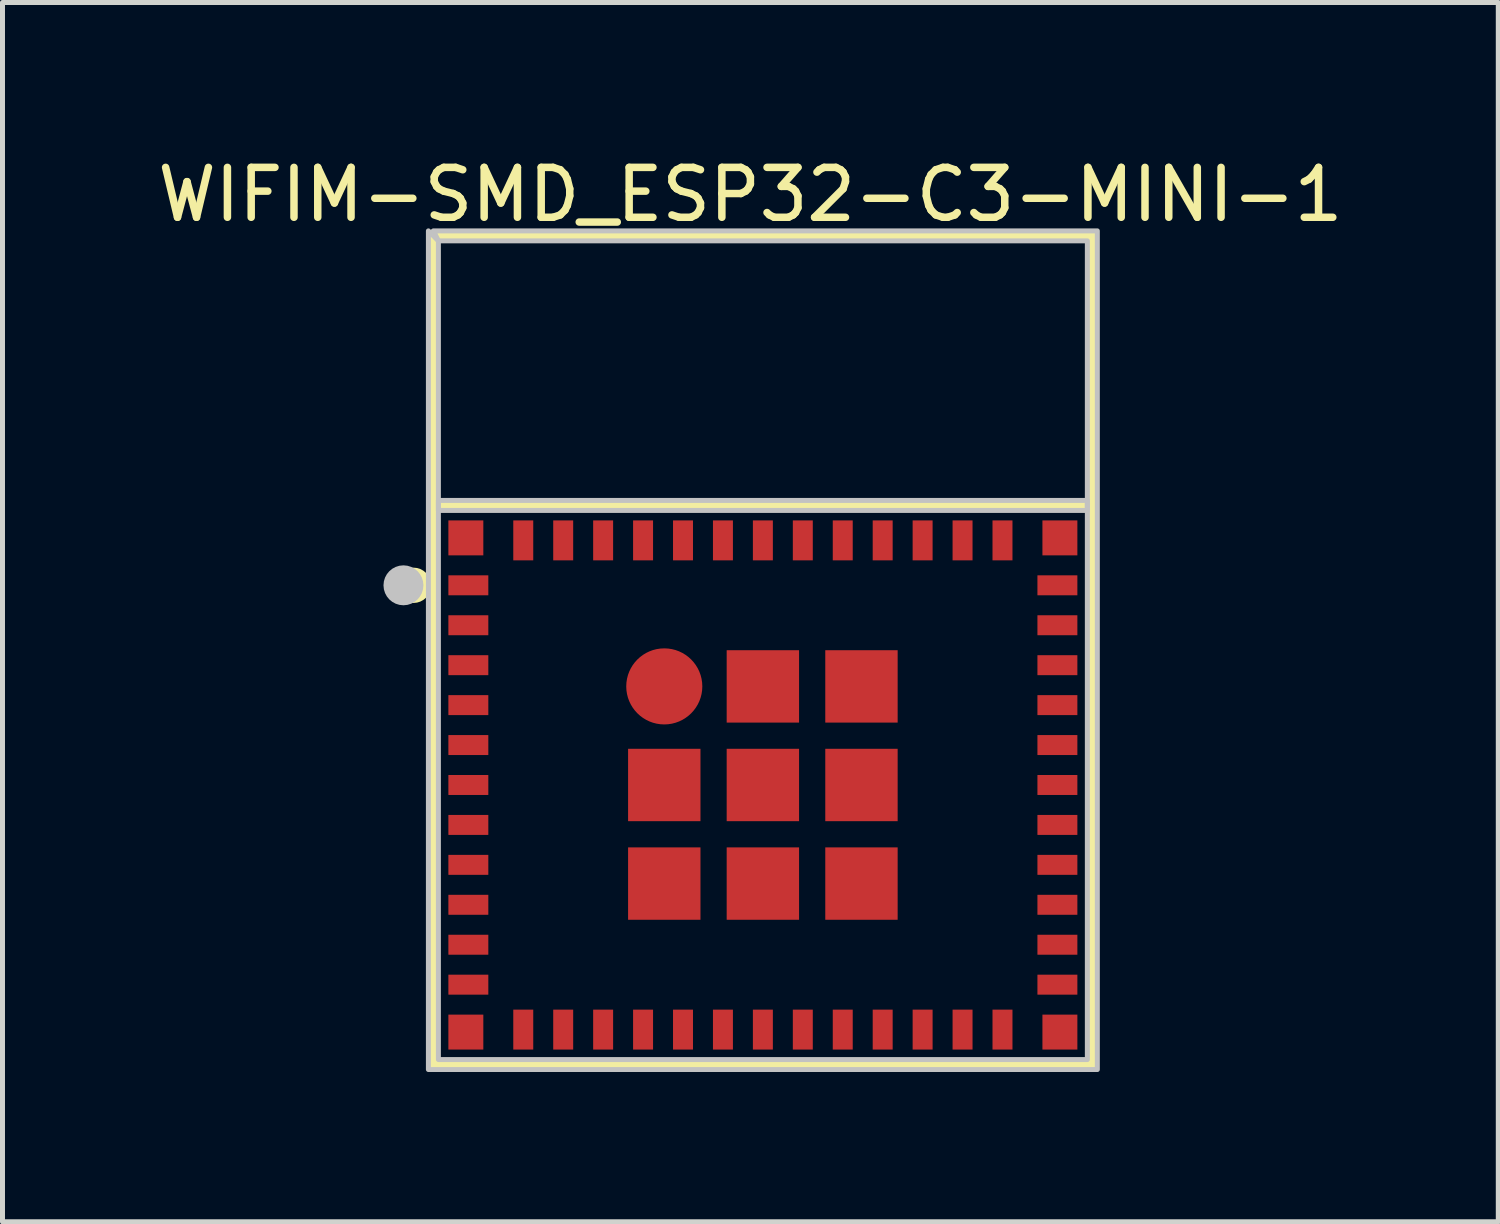
<source format=kicad_pcb>
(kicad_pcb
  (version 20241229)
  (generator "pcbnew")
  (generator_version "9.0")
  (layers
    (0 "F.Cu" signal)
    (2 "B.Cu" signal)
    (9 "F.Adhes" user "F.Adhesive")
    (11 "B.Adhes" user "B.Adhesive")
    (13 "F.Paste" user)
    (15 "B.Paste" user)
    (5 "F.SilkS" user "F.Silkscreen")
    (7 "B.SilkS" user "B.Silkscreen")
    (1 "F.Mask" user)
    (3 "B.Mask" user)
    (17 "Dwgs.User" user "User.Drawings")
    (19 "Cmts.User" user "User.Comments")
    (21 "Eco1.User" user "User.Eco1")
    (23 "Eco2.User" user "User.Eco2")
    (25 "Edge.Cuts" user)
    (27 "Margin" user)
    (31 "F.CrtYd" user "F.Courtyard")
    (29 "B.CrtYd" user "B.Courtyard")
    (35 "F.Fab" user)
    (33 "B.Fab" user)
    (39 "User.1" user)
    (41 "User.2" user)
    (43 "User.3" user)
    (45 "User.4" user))
  (footprint "WIFIM-SMD_ESP32-C3-MINI-1"
    (layer "F.Cu")
    (at 12.232 12.675)
    (property "Reference" "WIFIM-SMD_ESP32-C3-MINI-1" (at -0.25 -11.827 0) (layer "F.SilkS") (effects (font (size 1 1) (thickness 0.15))))
    (fp_line (start -6.6 -11) (end 6.6 -11) (stroke (width 0.254) (type default)) (layer "F.SilkS"))
    (fp_line (start -6.6 5.6) (end -6.6 -11) (stroke (width 0.254) (type default)) (layer "F.SilkS"))
    (fp_line (start -6.6 5.6) (end 6.6 5.6) (stroke (width 0.254) (type default)) (layer "F.SilkS"))
    (fp_line (start 6.6 -5.6) (end -6.6 -5.6) (stroke (width 0.254) (type default)) (layer "F.SilkS"))
    (fp_line (start 6.6 5.6) (end 6.6 -11) (stroke (width 0.254) (type default)) (layer "F.SilkS"))
    (fp_circle (center -7 -4) (end -6.9 -4) (stroke (width 0.254) (type default)) (fill no) (layer "F.SilkS"))
    (fp_circle (center -7.2 -4) (end -7 -4) (stroke (width 0.4) (type default)) (fill no) (layer "Dwgs.User"))
    (fp_poly (pts (xy -6.5 -10.9) (xy 6.5 -10.9) (xy 6.5 5.5) (xy -6.5 5.5)) (stroke (width 0.1) (type default)) (fill no) (layer "Dwgs.User"))
    (fp_poly (pts (xy -6.5 -5.7) (xy -6.5 -5.5) (xy 6.5 -5.5) (xy 6.5 -5.7)) (stroke (width 0.1) (type default)) (fill no) (layer "Dwgs.User"))
    (fp_poly (pts (xy -6.7 -11.1) (xy -6.7 5.7) (xy 6.7 5.7) (xy 6.7 -11.1) (xy -6.6 -11.1) (xy -6.5 -10.9)) (stroke (width 0.1) (type default)) (fill no) (layer "Dwgs.User"))
    (fp_poly (pts (xy -6.3 -5.3) (xy -5.6 -5.3) (xy -5.6 -4.6) (xy -6.3 -4.6)) (stroke (width 0.1) (type default)) (fill no) (layer "User.1"))
    (fp_poly (pts (xy -6.3 -3.8) (xy -6.3 -4.2) (xy -5.5 -4.2) (xy -5.5 -3.8)) (stroke (width 0.1) (type default)) (fill no) (layer "User.1"))
    (fp_poly (pts (xy -6.3 -3) (xy -6.3 -3.4) (xy -5.5 -3.4) (xy -5.5 -3)) (stroke (width 0.1) (type default)) (fill no) (layer "User.1"))
    (fp_poly (pts (xy -6.3 -2.2) (xy -6.3 -2.6) (xy -5.5 -2.6) (xy -5.5 -2.2)) (stroke (width 0.1) (type default)) (fill no) (layer "User.1"))
    (fp_poly (pts (xy -6.3 -1.4) (xy -6.3 -1.8) (xy -5.5 -1.8) (xy -5.5 -1.4)) (stroke (width 0.1) (type default)) (fill no) (layer "User.1"))
    (fp_poly (pts (xy -6.3 -0.6) (xy -6.3 -1) (xy -5.5 -1) (xy -5.5 -0.6)) (stroke (width 0.1) (type default)) (fill no) (layer "User.1"))
    (fp_poly (pts (xy -6.3 0.2) (xy -6.3 -0.2) (xy -5.5 -0.2) (xy -5.5 0.2)) (stroke (width 0.1) (type default)) (fill no) (layer "User.1"))
    (fp_poly (pts (xy -6.3 1) (xy -6.3 0.6) (xy -5.5 0.6) (xy -5.5 1)) (stroke (width 0.1) (type default)) (fill no) (layer "User.1"))
    (fp_poly (pts (xy -6.3 1.8) (xy -6.3 1.4) (xy -5.5 1.4) (xy -5.5 1.8)) (stroke (width 0.1) (type default)) (fill no) (layer "User.1"))
    (fp_poly (pts (xy -6.3 2.6) (xy -6.3 2.2) (xy -5.5 2.2) (xy -5.5 2.6)) (stroke (width 0.1) (type default)) (fill no) (layer "User.1"))
    (fp_poly (pts (xy -6.3 3.4) (xy -6.3 3) (xy -5.5 3) (xy -5.5 3.4)) (stroke (width 0.1) (type default)) (fill no) (layer "User.1"))
    (fp_poly (pts (xy -6.3 4.2) (xy -6.3 3.8) (xy -5.5 3.8) (xy -5.5 4.2)) (stroke (width 0.1) (type default)) (fill no) (layer "User.1"))
    (fp_poly (pts (xy -6.3 4.6) (xy -5.6 4.6) (xy -5.6 5.3) (xy -6.3 5.3)) (stroke (width 0.1) (type default)) (fill no) (layer "User.1"))
    (fp_poly (pts (xy -5 -5.3) (xy -4.6 -5.3) (xy -4.6 -4.5) (xy -5 -4.5)) (stroke (width 0.1) (type default)) (fill no) (layer "User.1"))
    (fp_poly (pts (xy -4.6 5.3) (xy -5 5.3) (xy -5 4.5) (xy -4.6 4.5)) (stroke (width 0.1) (type default)) (fill no) (layer "User.1"))
    (fp_poly (pts (xy -4.2 -5.3) (xy -3.8 -5.3) (xy -3.8 -4.5) (xy -4.2 -4.5)) (stroke (width 0.1) (type default)) (fill no) (layer "User.1"))
    (fp_poly (pts (xy -3.8 5.3) (xy -4.2 5.3) (xy -4.2 4.5) (xy -3.8 4.5)) (stroke (width 0.1) (type default)) (fill no) (layer "User.1"))
    (fp_poly (pts (xy -3.4 -5.3) (xy -3 -5.3) (xy -3 -4.5) (xy -3.4 -4.5)) (stroke (width 0.1) (type default)) (fill no) (layer "User.1"))
    (fp_poly (pts (xy -3 5.3) (xy -3.4 5.3) (xy -3.4 4.5) (xy -3 4.5)) (stroke (width 0.1) (type default)) (fill no) (layer "User.1"))
    (fp_poly (pts (xy -2.7 -0.725) (xy -1.25 -0.725) (xy -1.25 0.725) (xy -2.7 0.725)) (stroke (width 0.1) (type default)) (fill no) (layer "User.1"))
    (fp_poly (pts (xy -2.7 1.25) (xy -1.25 1.25) (xy -1.25 2.7) (xy -2.7 2.7)) (stroke (width 0.1) (type default)) (fill no) (layer "User.1"))
    (fp_poly (pts (xy -2.6 -5.3) (xy -2.2 -5.3) (xy -2.2 -4.5) (xy -2.6 -4.5)) (stroke (width 0.1) (type default)) (fill no) (layer "User.1"))
    (fp_poly (pts (xy -2.2 5.3) (xy -2.6 5.3) (xy -2.6 4.5) (xy -2.2 4.5)) (stroke (width 0.1) (type default)) (fill no) (layer "User.1"))
    (fp_poly (pts (xy -1.8 -5.3) (xy -1.4 -5.3) (xy -1.4 -4.5) (xy -1.8 -4.5)) (stroke (width 0.1) (type default)) (fill no) (layer "User.1"))
    (fp_poly (pts (xy -1.4 5.3) (xy -1.8 5.3) (xy -1.8 4.5) (xy -1.4 4.5)) (stroke (width 0.1) (type default)) (fill no) (layer "User.1"))
    (fp_poly (pts (xy -1 -5.3) (xy -0.6 -5.3) (xy -0.6 -4.5) (xy -1 -4.5)) (stroke (width 0.1) (type default)) (fill no) (layer "User.1"))
    (fp_poly (pts (xy -0.725 -2.7) (xy 0.725 -2.7) (xy 0.725 -1.25) (xy -0.725 -1.25)) (stroke (width 0.1) (type default)) (fill no) (layer "User.1"))
    (fp_poly (pts (xy -0.725 -0.725) (xy 0.725 -0.725) (xy 0.725 0.725) (xy -0.725 0.725)) (stroke (width 0.1) (type default)) (fill no) (layer "User.1"))
    (fp_poly (pts (xy -0.725 1.25) (xy 0.725 1.25) (xy 0.725 2.7) (xy -0.725 2.7)) (stroke (width 0.1) (type default)) (fill no) (layer "User.1"))
    (fp_poly (pts (xy -0.6 5.3) (xy -1 5.3) (xy -1 4.5) (xy -0.6 4.5)) (stroke (width 0.1) (type default)) (fill no) (layer "User.1"))
    (fp_poly (pts (xy -0.2 -5.3) (xy 0.2 -5.3) (xy 0.2 -4.5) (xy -0.2 -4.5)) (stroke (width 0.1) (type default)) (fill no) (layer "User.1"))
    (fp_poly (pts (xy 0.2 5.3) (xy -0.2 5.3) (xy -0.2 4.5) (xy 0.2 4.5)) (stroke (width 0.1) (type default)) (fill no) (layer "User.1"))
    (fp_poly (pts (xy 0.6 -5.3) (xy 1 -5.3) (xy 1 -4.5) (xy 0.6 -4.5)) (stroke (width 0.1) (type default)) (fill no) (layer "User.1"))
    (fp_poly (pts (xy 1 5.3) (xy 0.6 5.3) (xy 0.6 4.5) (xy 1 4.5)) (stroke (width 0.1) (type default)) (fill no) (layer "User.1"))
    (fp_poly (pts (xy 1.25 -2.7) (xy 2.7 -2.7) (xy 2.7 -1.25) (xy 1.25 -1.25)) (stroke (width 0.1) (type default)) (fill no) (layer "User.1"))
    (fp_poly (pts (xy 1.25 -0.725) (xy 2.7 -0.725) (xy 2.7 0.725) (xy 1.25 0.725)) (stroke (width 0.1) (type default)) (fill no) (layer "User.1"))
    (fp_poly (pts (xy 1.25 1.25) (xy 2.7 1.25) (xy 2.7 2.7) (xy 1.25 2.7)) (stroke (width 0.1) (type default)) (fill no) (layer "User.1"))
    (fp_poly (pts (xy 1.4 -5.3) (xy 1.8 -5.3) (xy 1.8 -4.5) (xy 1.4 -4.5)) (stroke (width 0.1) (type default)) (fill no) (layer "User.1"))
    (fp_poly (pts (xy 1.8 5.3) (xy 1.4 5.3) (xy 1.4 4.5) (xy 1.8 4.5)) (stroke (width 0.1) (type default)) (fill no) (layer "User.1"))
    (fp_poly (pts (xy 2.2 -5.3) (xy 2.6 -5.3) (xy 2.6 -4.5) (xy 2.2 -4.5)) (stroke (width 0.1) (type default)) (fill no) (layer "User.1"))
    (fp_poly (pts (xy 2.6 5.3) (xy 2.2 5.3) (xy 2.2 4.5) (xy 2.6 4.5)) (stroke (width 0.1) (type default)) (fill no) (layer "User.1"))
    (fp_poly (pts (xy 3 -5.3) (xy 3.4 -5.3) (xy 3.4 -4.5) (xy 3 -4.5)) (stroke (width 0.1) (type default)) (fill no) (layer "User.1"))
    (fp_poly (pts (xy 3.4 5.3) (xy 3 5.3) (xy 3 4.5) (xy 3.4 4.5)) (stroke (width 0.1) (type default)) (fill no) (layer "User.1"))
    (fp_poly (pts (xy 3.8 -5.3) (xy 4.2 -5.3) (xy 4.2 -4.5) (xy 3.8 -4.5)) (stroke (width 0.1) (type default)) (fill no) (layer "User.1"))
    (fp_poly (pts (xy 4.2 5.3) (xy 3.8 5.3) (xy 3.8 4.5) (xy 4.2 4.5)) (stroke (width 0.1) (type default)) (fill no) (layer "User.1"))
    (fp_poly (pts (xy 4.6 -5.3) (xy 5 -5.3) (xy 5 -4.5) (xy 4.6 -4.5)) (stroke (width 0.1) (type default)) (fill no) (layer "User.1"))
    (fp_poly (pts (xy 5 5.3) (xy 4.6 5.3) (xy 4.6 4.5) (xy 5 4.5)) (stroke (width 0.1) (type default)) (fill no) (layer "User.1"))
    (fp_poly (pts (xy 5.6 -5.3) (xy 6.3 -5.3) (xy 6.3 -4.6) (xy 5.6 -4.6)) (stroke (width 0.1) (type default)) (fill no) (layer "User.1"))
    (fp_poly (pts (xy 5.6 4.6) (xy 6.3 4.6) (xy 6.3 5.3) (xy 5.6 5.3)) (stroke (width 0.1) (type default)) (fill no) (layer "User.1"))
    (fp_poly (pts (xy 6.3 -4.2) (xy 6.3 -3.8) (xy 5.5 -3.8) (xy 5.5 -4.2)) (stroke (width 0.1) (type default)) (fill no) (layer "User.1"))
    (fp_poly (pts (xy 6.3 -3.4) (xy 6.3 -3) (xy 5.5 -3) (xy 5.5 -3.4)) (stroke (width 0.1) (type default)) (fill no) (layer "User.1"))
    (fp_poly (pts (xy 6.3 -2.6) (xy 6.3 -2.2) (xy 5.5 -2.2) (xy 5.5 -2.6)) (stroke (width 0.1) (type default)) (fill no) (layer "User.1"))
    (fp_poly (pts (xy 6.3 -1.8) (xy 6.3 -1.4) (xy 5.5 -1.4) (xy 5.5 -1.8)) (stroke (width 0.1) (type default)) (fill no) (layer "User.1"))
    (fp_poly (pts (xy 6.3 -1) (xy 6.3 -0.6) (xy 5.5 -0.6) (xy 5.5 -1)) (stroke (width 0.1) (type default)) (fill no) (layer "User.1"))
    (fp_poly (pts (xy 6.3 -0.2) (xy 6.3 0.2) (xy 5.5 0.2) (xy 5.5 -0.2)) (stroke (width 0.1) (type default)) (fill no) (layer "User.1"))
    (fp_poly (pts (xy 6.3 0.6) (xy 6.3 1) (xy 5.5 1) (xy 5.5 0.6)) (stroke (width 0.1) (type default)) (fill no) (layer "User.1"))
    (fp_poly (pts (xy 6.3 1.4) (xy 6.3 1.8) (xy 5.5 1.8) (xy 5.5 1.4)) (stroke (width 0.1) (type default)) (fill no) (layer "User.1"))
    (fp_poly (pts (xy 6.3 2.2) (xy 6.3 2.6) (xy 5.5 2.6) (xy 5.5 2.2)) (stroke (width 0.1) (type default)) (fill no) (layer "User.1"))
    (fp_poly (pts (xy 6.3 3) (xy 6.3 3.4) (xy 5.5 3.4) (xy 5.5 3)) (stroke (width 0.1) (type default)) (fill no) (layer "User.1"))
    (fp_poly (pts (xy 6.3 3.8) (xy 6.3 4.2) (xy 5.5 4.2) (xy 5.5 3.8)) (stroke (width 0.1) (type default)) (fill no) (layer "User.1"))
    (fp_poly (pts (xy -2.7 -2.1) (xy -2.1 -2.7) (xy -1.25 -2.7) (xy -1.25 -1.25) (xy -2.7 -1.25)) (stroke (width 0.1) (type default)) (fill no) (layer "User.1"))
    (fp_line (start -6.6 -11) (end 6.6 -11) (stroke (width 0.051) (type default)) (layer "User.2"))
    (fp_line (start -6.6 5.6) (end -6.6 -11) (stroke (width 0.051) (type default)) (layer "User.2"))
    (fp_line (start 6.6 -11) (end 6.6 5.6) (stroke (width 0.051) (type default)) (layer "User.2"))
    (fp_line (start 6.6 5.6) (end -6.6 5.6) (stroke (width 0.051) (type default)) (layer "User.2"))
    (fp_poly (pts (xy -6.545 -11.023) (xy -6.577 -11.055) (xy -6.623 -11.055) (xy -6.655 -11.023) (xy -6.655 -10.977) (xy -6.623 -10.945) (xy -6.577 -10.945) (xy -6.545 -10.977)) (stroke (width 0.1) (type default)) (fill no) (layer "User.3"))
    (pad "1" smd rect (at -5.9 -4 90) (size 0.4 0.8) (layers "F.Cu" "F.Mask" "F.Paste"))
    (pad "2" smd rect (at -5.9 -3.2 90) (size 0.4 0.8) (layers "F.Cu" "F.Mask" "F.Paste"))
    (pad "3" smd rect (at -5.9 -2.4 90) (size 0.4 0.8) (layers "F.Cu" "F.Mask" "F.Paste"))
    (pad "4" smd rect (at -5.9 -1.6 90) (size 0.4 0.8) (layers "F.Cu" "F.Mask" "F.Paste"))
    (pad "5" smd rect (at -5.9 -0.8 90) (size 0.4 0.8) (layers "F.Cu" "F.Mask" "F.Paste"))
    (pad "6" smd rect (at -5.9 0 90) (size 0.4 0.8) (layers "F.Cu" "F.Mask" "F.Paste"))
    (pad "7" smd rect (at -5.9 0.8 90) (size 0.4 0.8) (layers "F.Cu" "F.Mask" "F.Paste"))
    (pad "8" smd rect (at -5.9 1.6 90) (size 0.4 0.8) (layers "F.Cu" "F.Mask" "F.Paste"))
    (pad "9" smd rect (at -5.9 2.4 90) (size 0.4 0.8) (layers "F.Cu" "F.Mask" "F.Paste"))
    (pad "10" smd rect (at -5.9 3.2 90) (size 0.4 0.8) (layers "F.Cu" "F.Mask" "F.Paste"))
    (pad "11" smd rect (at -5.9 4 90) (size 0.4 0.8) (layers "F.Cu" "F.Mask" "F.Paste"))
    (pad "12" smd rect (at -4.8 4.9 180) (size 0.4 0.8) (layers "F.Cu" "F.Mask" "F.Paste"))
    (pad "13" smd rect (at -4 4.9 180) (size 0.4 0.8) (layers "F.Cu" "F.Mask" "F.Paste"))
    (pad "14" smd rect (at -3.2 4.9 180) (size 0.4 0.8) (layers "F.Cu" "F.Mask" "F.Paste"))
    (pad "15" smd rect (at -2.4 4.9 180) (size 0.4 0.8) (layers "F.Cu" "F.Mask" "F.Paste"))
    (pad "16" smd rect (at -1.6 4.9 180) (size 0.4 0.8) (layers "F.Cu" "F.Mask" "F.Paste"))
    (pad "17" smd rect (at -0.8 4.9 180) (size 0.4 0.8) (layers "F.Cu" "F.Mask" "F.Paste"))
    (pad "18" smd rect (at 0 4.9 180) (size 0.4 0.8) (layers "F.Cu" "F.Mask" "F.Paste"))
    (pad "19" smd rect (at 0.8 4.9 180) (size 0.4 0.8) (layers "F.Cu" "F.Mask" "F.Paste"))
    (pad "20" smd rect (at 1.6 4.9 180) (size 0.4 0.8) (layers "F.Cu" "F.Mask" "F.Paste"))
    (pad "21" smd rect (at 2.4 4.9 180) (size 0.4 0.8) (layers "F.Cu" "F.Mask" "F.Paste"))
    (pad "22" smd rect (at 3.2 4.9 180) (size 0.4 0.8) (layers "F.Cu" "F.Mask" "F.Paste"))
    (pad "23" smd rect (at 4 4.9 180) (size 0.4 0.8) (layers "F.Cu" "F.Mask" "F.Paste"))
    (pad "24" smd rect (at 4.8 4.9 180) (size 0.4 0.8) (layers "F.Cu" "F.Mask" "F.Paste"))
    (pad "25" smd rect (at 5.9 4 270) (size 0.4 0.8) (layers "F.Cu" "F.Mask" "F.Paste"))
    (pad "26" smd rect (at 5.9 3.2 270) (size 0.4 0.8) (layers "F.Cu" "F.Mask" "F.Paste"))
    (pad "27" smd rect (at 5.9 2.4 270) (size 0.4 0.8) (layers "F.Cu" "F.Mask" "F.Paste"))
    (pad "28" smd rect (at 5.9 1.6 270) (size 0.4 0.8) (layers "F.Cu" "F.Mask" "F.Paste"))
    (pad "29" smd rect (at 5.9 0.8 270) (size 0.4 0.8) (layers "F.Cu" "F.Mask" "F.Paste"))
    (pad "30" smd rect (at 5.9 0 270) (size 0.4 0.8) (layers "F.Cu" "F.Mask" "F.Paste"))
    (pad "31" smd rect (at 5.9 -0.8 270) (size 0.4 0.8) (layers "F.Cu" "F.Mask" "F.Paste"))
    (pad "32" smd rect (at 5.9 -1.6 270) (size 0.4 0.8) (layers "F.Cu" "F.Mask" "F.Paste"))
    (pad "33" smd rect (at 5.9 -2.4 270) (size 0.4 0.8) (layers "F.Cu" "F.Mask" "F.Paste"))
    (pad "34" smd rect (at 5.9 -3.2 270) (size 0.4 0.8) (layers "F.Cu" "F.Mask" "F.Paste"))
    (pad "35" smd rect (at 5.9 -4 270) (size 0.4 0.8) (layers "F.Cu" "F.Mask" "F.Paste"))
    (pad "36" smd rect (at 4.8 -4.9) (size 0.4 0.8) (layers "F.Cu" "F.Mask" "F.Paste"))
    (pad "37" smd rect (at 4 -4.9) (size 0.4 0.8) (layers "F.Cu" "F.Mask" "F.Paste"))
    (pad "38" smd rect (at 3.2 -4.9) (size 0.4 0.8) (layers "F.Cu" "F.Mask" "F.Paste"))
    (pad "39" smd rect (at 2.4 -4.9) (size 0.4 0.8) (layers "F.Cu" "F.Mask" "F.Paste"))
    (pad "40" smd rect (at 1.6 -4.9) (size 0.4 0.8) (layers "F.Cu" "F.Mask" "F.Paste"))
    (pad "41" smd rect (at 0.8 -4.9) (size 0.4 0.8) (layers "F.Cu" "F.Mask" "F.Paste"))
    (pad "42" smd rect (at 0 -4.9) (size 0.4 0.8) (layers "F.Cu" "F.Mask" "F.Paste"))
    (pad "43" smd rect (at -0.8 -4.9) (size 0.4 0.8) (layers "F.Cu" "F.Mask" "F.Paste"))
    (pad "44" smd rect (at -1.6 -4.9) (size 0.4 0.8) (layers "F.Cu" "F.Mask" "F.Paste"))
    (pad "45" smd rect (at -2.4 -4.9) (size 0.4 0.8) (layers "F.Cu" "F.Mask" "F.Paste"))
    (pad "46" smd rect (at -3.2 -4.9) (size 0.4 0.8) (layers "F.Cu" "F.Mask" "F.Paste"))
    (pad "47" smd rect (at -4 -4.9) (size 0.4 0.8) (layers "F.Cu" "F.Mask" "F.Paste"))
    (pad "48" smd rect (at -4.8 -4.9) (size 0.4 0.8) (layers "F.Cu" "F.Mask" "F.Paste"))
    (pad "49" smd circle (at -1.975 -1.975) (size 1.524 1.524) (layers "F.Cu" "F.Mask" "F.Paste"))
    (pad "49" smd rect (at -1.975 0) (size 1.45 1.45) (layers "F.Cu" "F.Mask" "F.Paste"))
    (pad "49" smd rect (at -1.975 1.975) (size 1.45 1.45) (layers "F.Cu" "F.Mask" "F.Paste"))
    (pad "49" smd rect (at 0 -1.975) (size 1.45 1.45) (layers "F.Cu" "F.Mask" "F.Paste"))
    (pad "49" smd rect (at 0 0) (size 1.45 1.45) (layers "F.Cu" "F.Mask" "F.Paste"))
    (pad "49" smd rect (at 0 1.975) (size 1.45 1.45) (layers "F.Cu" "F.Mask" "F.Paste"))
    (pad "49" smd rect (at 1.975 -1.975) (size 1.45 1.45) (layers "F.Cu" "F.Mask" "F.Paste"))
    (pad "49" smd rect (at 1.975 0) (size 1.45 1.45) (layers "F.Cu" "F.Mask" "F.Paste"))
    (pad "49" smd rect (at 1.975 1.975) (size 1.45 1.45) (layers "F.Cu" "F.Mask" "F.Paste"))
    (pad "50" smd rect (at 5.95 -4.95) (size 0.7 0.7) (layers "F.Cu" "F.Mask" "F.Paste"))
    (pad "51" smd rect (at 5.95 4.95) (size 0.7 0.7) (layers "F.Cu" "F.Mask" "F.Paste"))
    (pad "52" smd rect (at -5.95 4.95) (size 0.7 0.7) (layers "F.Cu" "F.Mask" "F.Paste"))
    (pad "53" smd rect (at -5.95 -4.95) (size 0.7 0.7) (layers "F.Cu" "F.Mask" "F.Paste")))
  (gr_rect
    (start -3 -3)
    (end 26.964 21.425)
    (stroke (width 0.1) (type default))
    (fill no)
    (layer "Edge.Cuts")))
</source>
